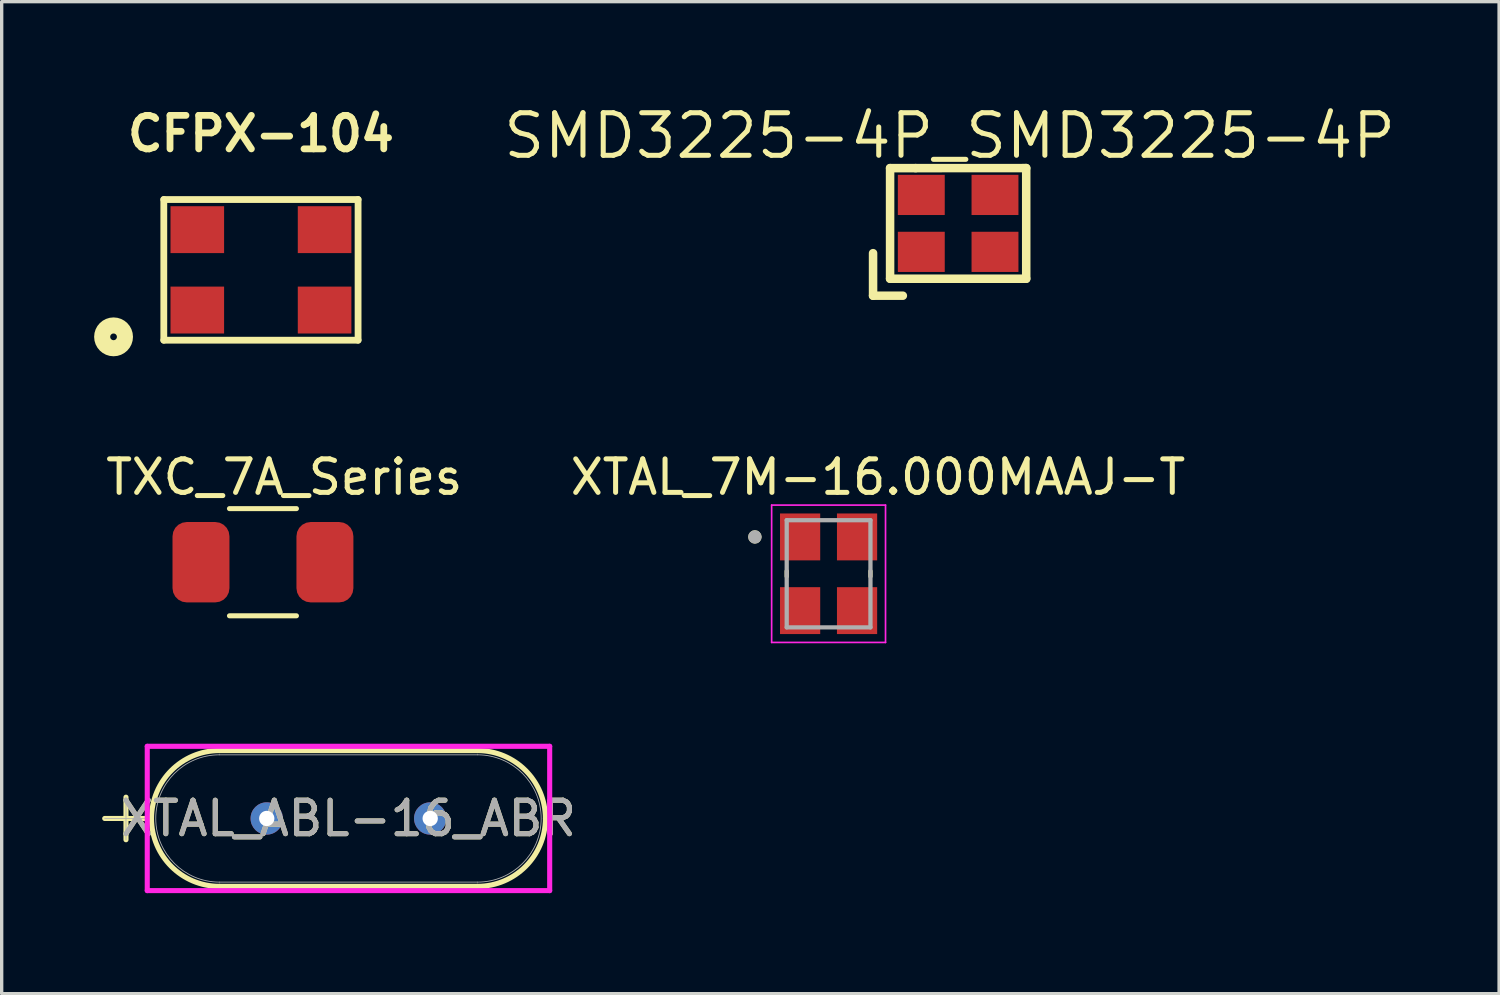
<source format=kicad_pcb>
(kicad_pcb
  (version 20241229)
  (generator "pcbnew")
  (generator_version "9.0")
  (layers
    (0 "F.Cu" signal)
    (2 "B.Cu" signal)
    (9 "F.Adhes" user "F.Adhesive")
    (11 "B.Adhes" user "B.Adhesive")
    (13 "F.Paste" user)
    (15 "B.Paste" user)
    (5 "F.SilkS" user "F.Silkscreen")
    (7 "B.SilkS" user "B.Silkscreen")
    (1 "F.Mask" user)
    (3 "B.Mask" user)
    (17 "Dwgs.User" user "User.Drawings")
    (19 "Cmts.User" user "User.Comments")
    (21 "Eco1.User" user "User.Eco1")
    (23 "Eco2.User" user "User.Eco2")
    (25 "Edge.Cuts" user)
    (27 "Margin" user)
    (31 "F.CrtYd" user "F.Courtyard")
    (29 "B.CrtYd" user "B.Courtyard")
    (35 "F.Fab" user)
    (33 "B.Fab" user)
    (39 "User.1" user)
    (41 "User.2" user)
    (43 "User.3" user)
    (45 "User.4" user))
  (footprint "TXC_7A_Series"
    (layer "F.Cu")
    (at 4.8 13.734)
    (property "Reference" "TXC_7A_Series" (at 0.635 -2.54 0) (layer "F.SilkS") (effects (font (size 1 1) (thickness 0.15))))
    (attr smd)
    (fp_line (start -1 -1.6) (end 1 -1.6) (stroke (width 0.15) (type solid)) (layer "F.SilkS"))
    (fp_line (start -1 1.6) (end 1 1.6) (stroke (width 0.15) (type solid)) (layer "F.SilkS"))
    (pad "1" smd roundrect (at 1.85 0) (size 1.7 2.4) (layers "F.Cu" "F.Mask" "F.Paste") (roundrect_rratio 0.25))
    (pad "2" smd roundrect (at -1.85 0) (size 1.7 2.4) (layers "F.Cu" "F.Mask" "F.Paste") (roundrect_rratio 0.25)))
  (footprint "XTAL_ABL-16_ABR"
    (layer "F.Cu")
    (at 4.913 21.384)
    (property "Reference" "XTAL_ABL-16_ABR" (at 2.44 0 0) (unlocked yes) (layer "F.SilkS") (effects (font (size 1 1) (thickness 0.15))))
    (attr through_hole)
    (fp_line (start -4.837 0) (end -3.567 0) (stroke (width 0.152) (type solid)) (layer "F.SilkS"))
    (fp_line (start -4.202 -0.635) (end -4.202 0.635) (stroke (width 0.152) (type solid)) (layer "F.SilkS"))
    (fp_line (start -1.413 -2.027) (end 6.293 -2.027) (stroke (width 0.152) (type solid)) (layer "F.SilkS"))
    (fp_line (start -1.413 2.027) (end 6.293 2.027) (stroke (width 0.152) (type solid)) (layer "F.SilkS"))
    (fp_arc (start -1.413101 2.027) (mid -3.440101 0) (end -1.413101 -2.027) (stroke (width 0.1524) (type solid)) (layer "F.SilkS"))
    (fp_arc (start 6.293102 -2.027) (mid 7.726407 -1.433305) (end 8.320101 0) (stroke (width 0.1524) (type solid)) (layer "F.SilkS"))
    (fp_arc (start 8.320101 0) (mid 7.726407 1.433305) (end 6.293102 2.027) (stroke (width 0.1524) (type solid)) (layer "F.SilkS"))
    (fp_line (start -3.567 -2.154) (end 8.447 -2.154) (stroke (width 0.152) (type solid)) (layer "F.CrtYd"))
    (fp_line (start -3.567 2.154) (end -3.567 -2.154) (stroke (width 0.152) (type solid)) (layer "F.CrtYd"))
    (fp_line (start 8.447 -2.154) (end 8.447 2.154) (stroke (width 0.152) (type solid)) (layer "F.CrtYd"))
    (fp_line (start 8.447 2.154) (end -3.567 2.154) (stroke (width 0.152) (type solid)) (layer "F.CrtYd"))
    (fp_line (start -4.837 0) (end -3.567 0) (stroke (width 0.025) (type solid)) (layer "F.Fab"))
    (fp_line (start -4.202 -0.635) (end -4.202 0.635) (stroke (width 0.025) (type solid)) (layer "F.Fab"))
    (fp_line (start -1.413 -1.9) (end 6.293 -1.9) (stroke (width 0.025) (type solid)) (layer "F.Fab"))
    (fp_line (start -1.413 1.9) (end 6.293 1.9) (stroke (width 0.025) (type solid)) (layer "F.Fab"))
    (fp_arc (start -1.413101 1.9) (mid -3.313101 0) (end -1.413101 -1.9) (stroke (width 0.0254) (type solid)) (layer "F.Fab"))
    (fp_arc (start 6.293102 -1.9) (mid 8.193101 0) (end 6.293102 1.9) (stroke (width 0.0254) (type solid)) (layer "F.Fab"))
    (fp_text user "${REFERENCE}" (at 2.44 0 0) (unlocked yes) (layer "F.Fab") (effects (font (size 1 1) (thickness 0.15))))
    (pad "1" thru_hole circle (at 0 0) (size 0.965 0.965) (drill 0.457) (layers "*.Cu" "*.Mask"))
    (pad "2" thru_hole circle (at 4.88 0) (size 0.965 0.965) (drill 0.457) (layers "*.Cu" "*.Mask")))
  (footprint "XTAL_7M-16.000MAAJ-T"
    (layer "F.Cu")
    (at 21.686 14.079)
    (property "Reference" "XTAL_7M-16.000MAAJ-T" (at 1.475 -2.885 0) (layer "F.SilkS") (effects (font (size 1 1) (thickness 0.15))))
    (attr smd)
    (fp_line (start -1.25 -0.08) (end -1.25 0.08) (stroke (width 0.127) (type solid)) (layer "F.SilkS"))
    (fp_line (start 1.25 -0.08) (end 1.25 0.08) (stroke (width 0.127) (type solid)) (layer "F.SilkS"))
    (fp_circle (center -2.2 -1.1) (end -2.1 -1.1) (stroke (width 0.2) (type solid)) (fill no) (layer "F.SilkS"))
    (fp_line (start -1.7 -2.05) (end -1.7 2.05) (stroke (width 0.05) (type solid)) (layer "F.CrtYd"))
    (fp_line (start -1.7 -2.05) (end 1.7 -2.05) (stroke (width 0.05) (type solid)) (layer "F.CrtYd"))
    (fp_line (start 1.7 -2.05) (end 1.7 2.05) (stroke (width 0.05) (type solid)) (layer "F.CrtYd"))
    (fp_line (start 1.7 2.05) (end -1.7 2.05) (stroke (width 0.05) (type solid)) (layer "F.CrtYd"))
    (fp_line (start -1.25 -1.6) (end -1.25 1.6) (stroke (width 0.127) (type solid)) (layer "F.Fab"))
    (fp_line (start -1.25 -1.6) (end 1.25 -1.6) (stroke (width 0.127) (type solid)) (layer "F.Fab"))
    (fp_line (start 1.25 -1.6) (end 1.25 1.6) (stroke (width 0.127) (type solid)) (layer "F.Fab"))
    (fp_line (start 1.25 1.6) (end -1.25 1.6) (stroke (width 0.127) (type solid)) (layer "F.Fab"))
    (fp_circle (center -2.2 -1.1) (end -2.1 -1.1) (stroke (width 0.2) (type solid)) (fill no) (layer "F.Fab"))
    (pad "1" smd rect (at -0.85 -1.1) (size 1.2 1.4) (layers "F.Cu" "F.Mask" "F.Paste"))
    (pad "2" smd rect (at -0.85 1.1) (size 1.2 1.4) (layers "F.Cu" "F.Mask" "F.Paste"))
    (pad "2" smd rect (at 0.85 -1.1) (size 1.2 1.4) (layers "F.Cu" "F.Mask" "F.Paste"))
    (pad "3" smd rect (at 0.85 1.1) (size 1.2 1.4) (layers "F.Cu" "F.Mask" "F.Paste")))
  (footprint "CFPX-104"
    (layer "F.Cu")
    (at 4.74 5.006)
    (property "Reference" "CFPX-104" (at 0 -4.064 0) (layer "F.SilkS") (effects (font (size 1 1) (thickness 0.203))))
    (attr smd)
    (fp_line (start -2.9 -2.1) (end 2.9 -2.1) (stroke (width 0.203) (type solid)) (layer "F.SilkS"))
    (fp_line (start -2.9 2.1) (end -2.9 -2.1) (stroke (width 0.203) (type solid)) (layer "F.SilkS"))
    (fp_line (start -2.9 2.1) (end 2.9 2.1) (stroke (width 0.203) (type solid)) (layer "F.SilkS"))
    (fp_line (start 2.9 2.1) (end 2.9 -2.1) (stroke (width 0.203) (type solid)) (layer "F.SilkS"))
    (fp_circle (center -4.4 2) (end -4.3 2) (stroke (width 0.48) (type solid)) (fill no) (layer "F.SilkS"))
    (pad "1" smd rect (at -1.9 1.2) (size 1.6 1.4) (layers "F.Cu" "F.Mask" "F.Paste"))
    (pad "2" smd rect (at 1.9 1.2) (size 1.6 1.4) (layers "F.Cu" "F.Mask" "F.Paste"))
    (pad "3" smd rect (at 1.9 -1.2) (size 1.6 1.4) (layers "F.Cu" "F.Mask" "F.Paste"))
    (pad "4" smd rect (at -1.9 -1.2) (size 1.6 1.4) (layers "F.Cu" "F.Mask" "F.Paste")))
  (footprint "SMD3225-4P_SMD3225-4P"
    (layer "F.Cu")
    (at 25.554 3.619)
    (property "Reference" "SMD3225-4P_SMD3225-4P" (at -0.254 -2.613 0) (layer "F.SilkS") (effects (font (size 1.27 1.27) (thickness 0.15))))
    (fp_line (start -2.54 0.889) (end -2.54 2.159) (stroke (width 0.254) (type default)) (layer "F.SilkS"))
    (fp_line (start -2.54 2.159) (end -1.651 2.159) (stroke (width 0.254) (type default)) (layer "F.SilkS"))
    (fp_line (start -2.032 -1.65) (end -1.27 -1.65) (stroke (width 0.254) (type default)) (layer "F.SilkS"))
    (fp_line (start -2.032 1.652) (end -2.032 -1.65) (stroke (width 0.254) (type default)) (layer "F.SilkS"))
    (fp_line (start -1.27 -1.65) (end 2.032 -1.651) (stroke (width 0.254) (type default)) (layer "F.SilkS"))
    (fp_line (start 2.032 1.652) (end -2.032 1.652) (stroke (width 0.254) (type default)) (layer "F.SilkS"))
    (fp_line (start 2.032 -1.651) (end 2.032 1.652) (stroke (width 0.254) (type default)) (layer "F.SilkS"))
    (fp_circle (center -1.6 1.25) (end -1.57 1.25) (stroke (width 0.06) (type default)) (fill no) (layer "User.5"))
    (pad "1" smd rect (at -1.1 0.85) (size 1.4 1.2) (layers "F.Cu" "F.Mask" "F.Paste"))
    (pad "2" smd rect (at 1.1 0.85) (size 1.4 1.2) (layers "F.Cu" "F.Mask" "F.Paste"))
    (pad "3" smd rect (at 1.1 -0.85) (size 1.4 1.2) (layers "F.Cu" "F.Mask" "F.Paste"))
    (pad "4" smd rect (at -1.1 -0.85) (size 1.4 1.2) (layers "F.Cu" "F.Mask" "F.Paste"))
    (zone (net_name "") (layer "User.3") (hatch edge 0.5) (priority 100) (connect_pads yes) (min_thickness 0) (filled_areas_thickness no) (fill yes) (polygon (pts (xy 23.954 4.869) (xy 23.954 2.369) (xy 27.154 2.369) (xy 27.154 4.869))) (filled_polygon (layer "User.3") (island) (pts (xy 23.954 4.869) (xy 23.954 2.369) (xy 27.154 2.369) (xy 27.154 4.869))))
    (zone (net_name "") (layer "User.4") (hatch edge 0.5) (priority 100) (connect_pads yes) (min_thickness 0) (filled_areas_thickness no) (fill yes) (polygon (pts (xy 24.054 2.469) (xy 24.954 2.469) (xy 24.954 3.269) (xy 24.054 3.269))) (filled_polygon (layer "User.4") (island) (pts (xy 24.054 2.469) (xy 24.954 2.469) (xy 24.954 3.269) (xy 24.054 3.269))))
    (zone (net_name "") (layer "User.4") (hatch edge 0.5) (priority 100) (connect_pads yes) (min_thickness 0) (filled_areas_thickness no) (fill yes) (polygon (pts (xy 24.054 3.969) (xy 24.954 3.969) (xy 24.954 4.769) (xy 24.054 4.769))) (filled_polygon (layer "User.4") (island) (pts (xy 24.054 3.969) (xy 24.954 3.969) (xy 24.954 4.769) (xy 24.054 4.769))))
    (zone (net_name "") (layer "User.4") (hatch edge 0.5) (priority 100) (connect_pads yes) (min_thickness 0) (filled_areas_thickness no) (fill yes) (polygon (pts (xy 26.154 2.469) (xy 27.054 2.469) (xy 27.054 3.269) (xy 26.154 3.269))) (filled_polygon (layer "User.4") (island) (pts (xy 26.154 2.469) (xy 27.054 2.469) (xy 27.054 3.269) (xy 26.154 3.269))))
    (zone (net_name "") (layer "User.4") (hatch edge 0.5) (priority 100) (connect_pads yes) (min_thickness 0) (filled_areas_thickness no) (fill yes) (polygon (pts (xy 26.154 3.969) (xy 27.054 3.969) (xy 27.054 4.769) (xy 26.154 4.769))) (filled_polygon (layer "User.4") (island) (pts (xy 26.154 3.969) (xy 27.054 3.969) (xy 27.054 4.769) (xy 26.154 4.769)))))
  (gr_rect
    (start -3 -3)
    (end 41.703 26.614)
    (stroke (width 0.1) (type default))
    (fill no)
    (layer "Edge.Cuts")))
</source>
